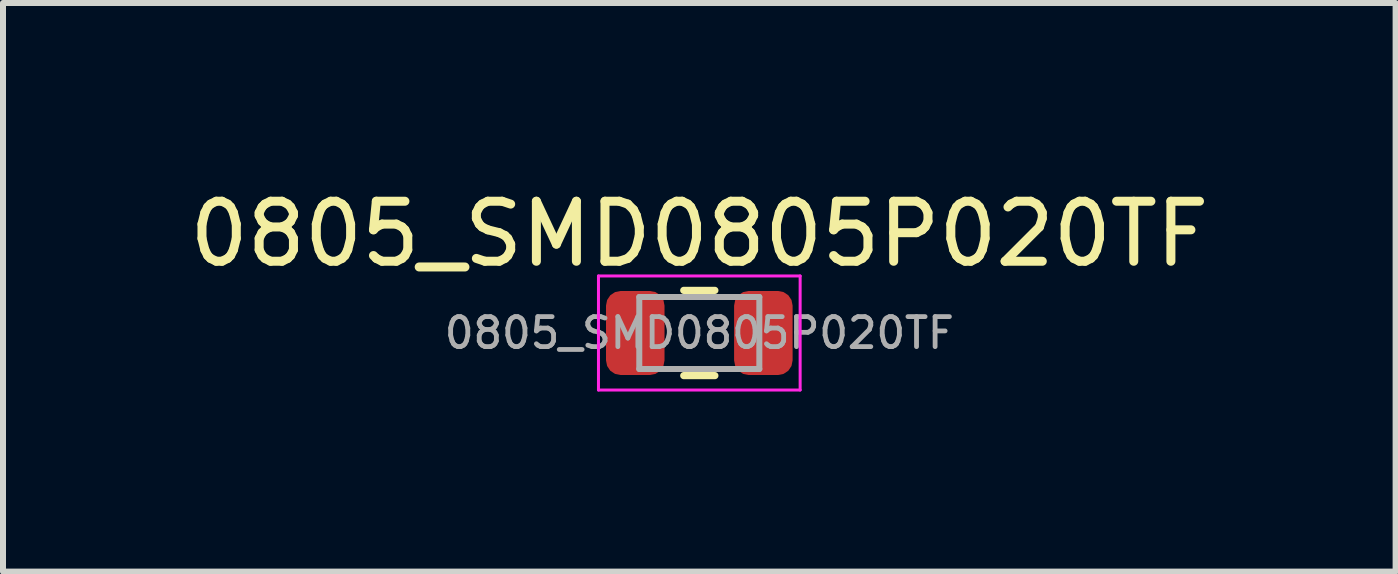
<source format=kicad_pcb>
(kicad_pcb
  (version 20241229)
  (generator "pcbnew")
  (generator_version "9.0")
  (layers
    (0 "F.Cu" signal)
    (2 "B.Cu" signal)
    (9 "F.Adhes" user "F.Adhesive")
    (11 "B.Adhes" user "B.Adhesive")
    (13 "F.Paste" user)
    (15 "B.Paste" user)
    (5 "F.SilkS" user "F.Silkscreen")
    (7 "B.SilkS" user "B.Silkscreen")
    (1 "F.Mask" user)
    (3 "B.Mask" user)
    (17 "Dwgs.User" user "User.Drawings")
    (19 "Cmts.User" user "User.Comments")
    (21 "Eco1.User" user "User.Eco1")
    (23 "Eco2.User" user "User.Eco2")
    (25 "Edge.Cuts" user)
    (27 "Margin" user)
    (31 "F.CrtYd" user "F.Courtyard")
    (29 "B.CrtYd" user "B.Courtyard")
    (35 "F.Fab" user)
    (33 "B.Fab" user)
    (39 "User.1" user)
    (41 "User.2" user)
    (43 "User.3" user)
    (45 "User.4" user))
  (footprint "0805_SMD0805P020TF"
    (layer "F.Cu")
    (at 8.601 2.498)
    (property "Reference" "0805_SMD0805P020TF" (at 0 -1.65 0) (layer "F.SilkS") (effects (font (size 1 1) (thickness 0.15))))
    (attr smd)
    (fp_line (start -0.259 -0.71) (end 0.259 -0.71) (stroke (width 0.12) (type solid)) (layer "F.SilkS"))
    (fp_line (start -0.259 0.71) (end 0.259 0.71) (stroke (width 0.12) (type solid)) (layer "F.SilkS"))
    (fp_line (start -1.68 -0.95) (end 1.68 -0.95) (stroke (width 0.05) (type solid)) (layer "F.CrtYd"))
    (fp_line (start -1.68 0.95) (end -1.68 -0.95) (stroke (width 0.05) (type solid)) (layer "F.CrtYd"))
    (fp_line (start 1.68 -0.95) (end 1.68 0.95) (stroke (width 0.05) (type solid)) (layer "F.CrtYd"))
    (fp_line (start 1.68 0.95) (end -1.68 0.95) (stroke (width 0.05) (type solid)) (layer "F.CrtYd"))
    (fp_line (start -1 -0.6) (end 1 -0.6) (stroke (width 0.1) (type solid)) (layer "F.Fab"))
    (fp_line (start -1 0.6) (end -1 -0.6) (stroke (width 0.1) (type solid)) (layer "F.Fab"))
    (fp_line (start 1 -0.6) (end 1 0.6) (stroke (width 0.1) (type solid)) (layer "F.Fab"))
    (fp_line (start 1 0.6) (end -1 0.6) (stroke (width 0.1) (type solid)) (layer "F.Fab"))
    (fp_text user "${REFERENCE}" (at 0 0 0) (layer "F.Fab") (effects (font (size 0.5 0.5) (thickness 0.08))))
    (pad "1" smd roundrect (at -1.067 0) (size 0.975 1.4) (layers "F.Cu" "F.Mask" "F.Paste") (roundrect_rratio 0.25))
    (pad "2" smd roundrect (at 1.067 0) (size 0.975 1.4) (layers "F.Cu" "F.Mask" "F.Paste") (roundrect_rratio 0.25)))
  (gr_rect
    (start -3 -3)
    (end 20.202 6.473)
    (stroke (width 0.1) (type default))
    (fill no)
    (layer "Edge.Cuts")))
</source>
